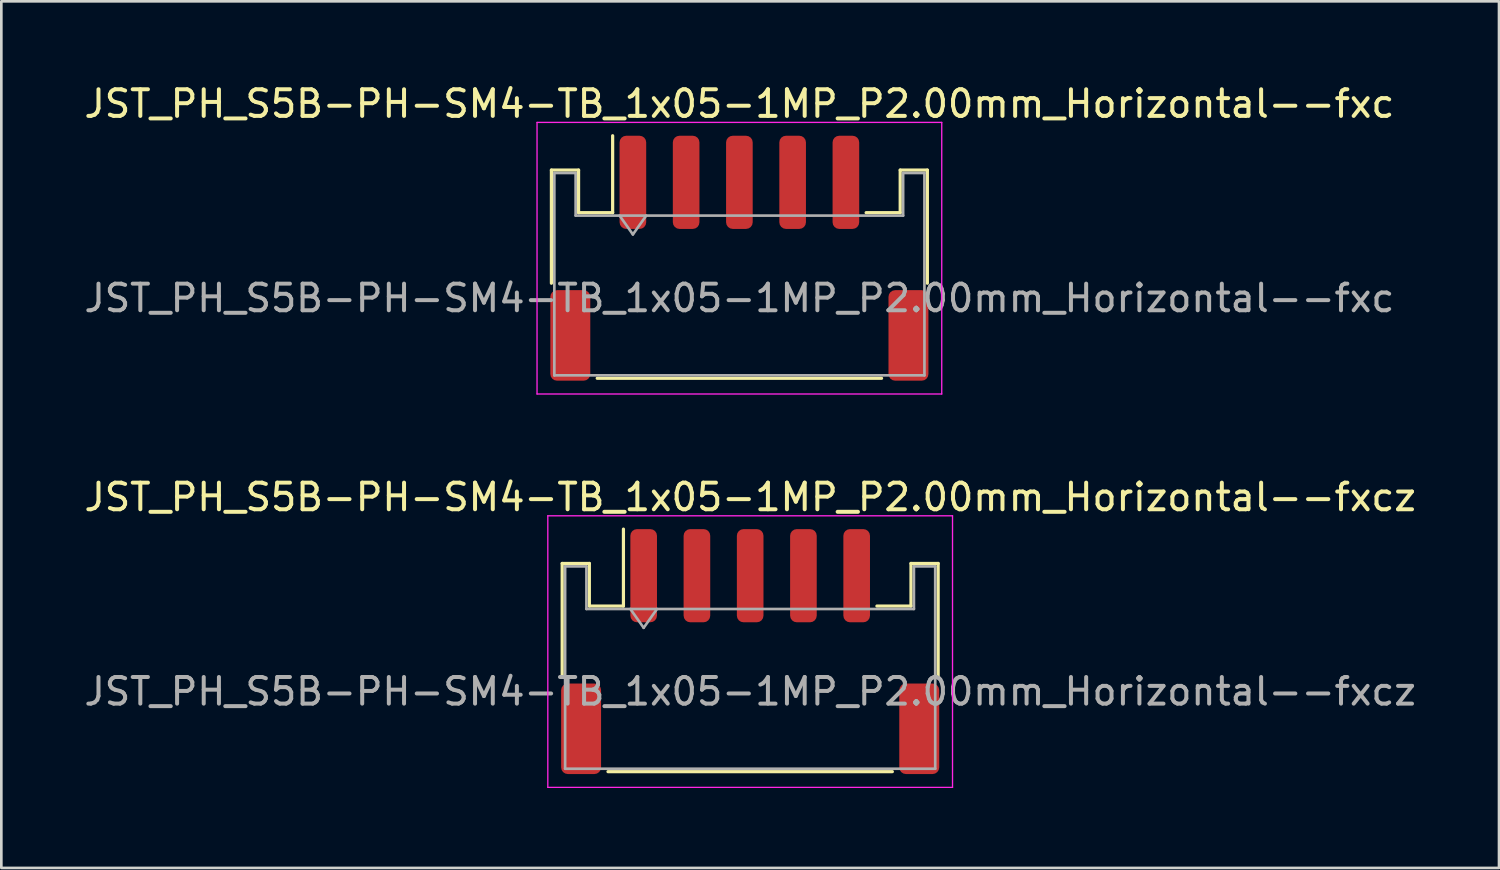
<source format=kicad_pcb>
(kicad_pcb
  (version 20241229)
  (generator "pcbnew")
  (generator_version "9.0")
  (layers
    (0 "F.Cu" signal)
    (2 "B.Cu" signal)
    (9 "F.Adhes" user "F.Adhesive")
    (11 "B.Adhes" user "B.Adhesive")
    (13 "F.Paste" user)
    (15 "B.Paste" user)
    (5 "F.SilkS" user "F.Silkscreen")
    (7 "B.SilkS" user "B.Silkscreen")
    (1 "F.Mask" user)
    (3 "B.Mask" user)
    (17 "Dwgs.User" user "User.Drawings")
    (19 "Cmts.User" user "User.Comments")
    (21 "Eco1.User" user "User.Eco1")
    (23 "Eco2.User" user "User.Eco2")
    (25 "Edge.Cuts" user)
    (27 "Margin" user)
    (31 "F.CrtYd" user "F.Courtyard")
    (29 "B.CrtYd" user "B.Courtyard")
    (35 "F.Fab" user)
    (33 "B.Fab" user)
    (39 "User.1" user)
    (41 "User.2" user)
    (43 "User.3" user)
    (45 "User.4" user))
  (footprint "JST_PH_S5B-PH-SM4-TB_1x05-1MP_P2.00mm_Horizontal--fxc"
    (layer "F.Cu")
    (at 24.72 6.648)
    (property "Reference" "JST_PH_S5B-PH-SM4-TB_1x05-1MP_P2.00mm_Horizontal--fxc" (at 0 -5.8 0) (layer "F.SilkS") (effects (font (size 1 1) (thickness 0.15))))
    (attr smd)
    (fp_line (start -7.06 -3.31) (end -6.04 -3.31) (stroke (width 0.12) (type solid)) (layer "F.SilkS"))
    (fp_line (start -7.06 0.94) (end -7.06 -3.31) (stroke (width 0.12) (type solid)) (layer "F.SilkS"))
    (fp_line (start -6.04 -3.31) (end -6.04 -1.71) (stroke (width 0.12) (type solid)) (layer "F.SilkS"))
    (fp_line (start -6.04 -1.71) (end -4.76 -1.71) (stroke (width 0.12) (type solid)) (layer "F.SilkS"))
    (fp_line (start -5.34 4.51) (end 5.34 4.51) (stroke (width 0.12) (type solid)) (layer "F.SilkS"))
    (fp_line (start -4.76 -1.71) (end -4.76 -4.6) (stroke (width 0.12) (type solid)) (layer "F.SilkS"))
    (fp_line (start 6.04 -3.31) (end 6.04 -1.71) (stroke (width 0.12) (type solid)) (layer "F.SilkS"))
    (fp_line (start 6.04 -1.71) (end 4.76 -1.71) (stroke (width 0.12) (type solid)) (layer "F.SilkS"))
    (fp_line (start 7.06 -3.31) (end 6.04 -3.31) (stroke (width 0.12) (type solid)) (layer "F.SilkS"))
    (fp_line (start 7.06 0.94) (end 7.06 -3.31) (stroke (width 0.12) (type solid)) (layer "F.SilkS"))
    (fp_line (start -7.6 -5.1) (end -7.6 5.1) (stroke (width 0.05) (type solid)) (layer "F.CrtYd"))
    (fp_line (start -7.6 5.1) (end 7.6 5.1) (stroke (width 0.05) (type solid)) (layer "F.CrtYd"))
    (fp_line (start 7.6 -5.1) (end -7.6 -5.1) (stroke (width 0.05) (type solid)) (layer "F.CrtYd"))
    (fp_line (start 7.6 5.1) (end 7.6 -5.1) (stroke (width 0.05) (type solid)) (layer "F.CrtYd"))
    (fp_line (start -6.95 -3.2) (end -6.95 4.4) (stroke (width 0.1) (type solid)) (layer "F.Fab"))
    (fp_line (start -6.95 -3.2) (end -6.15 -3.2) (stroke (width 0.1) (type solid)) (layer "F.Fab"))
    (fp_line (start -6.95 4.4) (end 6.95 4.4) (stroke (width 0.1) (type solid)) (layer "F.Fab"))
    (fp_line (start -6.15 -3.2) (end -6.15 -1.6) (stroke (width 0.1) (type solid)) (layer "F.Fab"))
    (fp_line (start -6.15 -1.6) (end 6.15 -1.6) (stroke (width 0.1) (type solid)) (layer "F.Fab"))
    (fp_line (start -4.5 -1.6) (end -4 -0.893) (stroke (width 0.1) (type solid)) (layer "F.Fab"))
    (fp_line (start -4 -0.893) (end -3.5 -1.6) (stroke (width 0.1) (type solid)) (layer "F.Fab"))
    (fp_line (start 6.15 -3.2) (end 6.95 -3.2) (stroke (width 0.1) (type solid)) (layer "F.Fab"))
    (fp_line (start 6.15 -1.6) (end 6.15 -3.2) (stroke (width 0.1) (type solid)) (layer "F.Fab"))
    (fp_line (start 6.95 -3.2) (end 6.95 4.4) (stroke (width 0.1) (type solid)) (layer "F.Fab"))
    (fp_text user "${REFERENCE}" (at 0 1.5 0) (layer "F.Fab") (effects (font (size 1 1) (thickness 0.15))))
    (pad "1" smd roundrect (at 4 -2.85) (size 1 3.5) (layers "F.Cu" "F.Mask" "F.Paste") (roundrect_rratio 0.25))
    (pad "2" smd roundrect (at -2 -2.85) (size 1 3.5) (layers "F.Cu" "F.Mask" "F.Paste") (roundrect_rratio 0.25))
    (pad "3" smd roundrect (at 0 -2.85) (size 1 3.5) (layers "F.Cu" "F.Mask" "F.Paste") (roundrect_rratio 0.25))
    (pad "4" smd roundrect (at 2 -2.85) (size 1 3.5) (layers "F.Cu" "F.Mask" "F.Paste") (roundrect_rratio 0.25))
    (pad "5" smd roundrect (at -4 -2.85) (size 1 3.5) (layers "F.Cu" "F.Mask" "F.Paste") (roundrect_rratio 0.25))
    (pad "MP" smd roundrect (at -6.35 2.9) (size 1.5 3.4) (layers "F.Cu" "F.Mask" "F.Paste") (roundrect_rratio 0.167))
    (pad "MP" smd roundrect (at 6.35 2.9) (size 1.5 3.4) (layers "F.Cu" "F.Mask" "F.Paste") (roundrect_rratio 0.167)))
  (footprint "JST_PH_S5B-PH-SM4-TB_1x05-1MP_P2.00mm_Horizontal--fxcz"
    (layer "F.Cu")
    (at 25.125 21.422)
    (property "Reference" "JST_PH_S5B-PH-SM4-TB_1x05-1MP_P2.00mm_Horizontal--fxcz" (at 0 -5.8 0) (layer "F.SilkS") (effects (font (size 1 1) (thickness 0.15))))
    (attr smd)
    (fp_line (start -7.06 -3.31) (end -6.04 -3.31) (stroke (width 0.12) (type solid)) (layer "F.SilkS"))
    (fp_line (start -7.06 0.94) (end -7.06 -3.31) (stroke (width 0.12) (type solid)) (layer "F.SilkS"))
    (fp_line (start -6.04 -3.31) (end -6.04 -1.71) (stroke (width 0.12) (type solid)) (layer "F.SilkS"))
    (fp_line (start -6.04 -1.71) (end -4.76 -1.71) (stroke (width 0.12) (type solid)) (layer "F.SilkS"))
    (fp_line (start -5.34 4.51) (end 5.34 4.51) (stroke (width 0.12) (type solid)) (layer "F.SilkS"))
    (fp_line (start -4.76 -1.71) (end -4.76 -4.6) (stroke (width 0.12) (type solid)) (layer "F.SilkS"))
    (fp_line (start 6.04 -3.31) (end 6.04 -1.71) (stroke (width 0.12) (type solid)) (layer "F.SilkS"))
    (fp_line (start 6.04 -1.71) (end 4.76 -1.71) (stroke (width 0.12) (type solid)) (layer "F.SilkS"))
    (fp_line (start 7.06 -3.31) (end 6.04 -3.31) (stroke (width 0.12) (type solid)) (layer "F.SilkS"))
    (fp_line (start 7.06 0.94) (end 7.06 -3.31) (stroke (width 0.12) (type solid)) (layer "F.SilkS"))
    (fp_line (start -7.6 -5.1) (end -7.6 5.1) (stroke (width 0.05) (type solid)) (layer "F.CrtYd"))
    (fp_line (start -7.6 5.1) (end 7.6 5.1) (stroke (width 0.05) (type solid)) (layer "F.CrtYd"))
    (fp_line (start 7.6 -5.1) (end -7.6 -5.1) (stroke (width 0.05) (type solid)) (layer "F.CrtYd"))
    (fp_line (start 7.6 5.1) (end 7.6 -5.1) (stroke (width 0.05) (type solid)) (layer "F.CrtYd"))
    (fp_line (start -6.95 -3.2) (end -6.95 4.4) (stroke (width 0.1) (type solid)) (layer "F.Fab"))
    (fp_line (start -6.95 -3.2) (end -6.15 -3.2) (stroke (width 0.1) (type solid)) (layer "F.Fab"))
    (fp_line (start -6.95 4.4) (end 6.95 4.4) (stroke (width 0.1) (type solid)) (layer "F.Fab"))
    (fp_line (start -6.15 -3.2) (end -6.15 -1.6) (stroke (width 0.1) (type solid)) (layer "F.Fab"))
    (fp_line (start -6.15 -1.6) (end 6.15 -1.6) (stroke (width 0.1) (type solid)) (layer "F.Fab"))
    (fp_line (start -4.5 -1.6) (end -4 -0.893) (stroke (width 0.1) (type solid)) (layer "F.Fab"))
    (fp_line (start -4 -0.893) (end -3.5 -1.6) (stroke (width 0.1) (type solid)) (layer "F.Fab"))
    (fp_line (start 6.15 -3.2) (end 6.95 -3.2) (stroke (width 0.1) (type solid)) (layer "F.Fab"))
    (fp_line (start 6.15 -1.6) (end 6.15 -3.2) (stroke (width 0.1) (type solid)) (layer "F.Fab"))
    (fp_line (start 6.95 -3.2) (end 6.95 4.4) (stroke (width 0.1) (type solid)) (layer "F.Fab"))
    (fp_text user "${REFERENCE}" (at 0 1.5 0) (layer "F.Fab") (effects (font (size 1 1) (thickness 0.15))))
    (pad "1" smd roundrect (at 4 -2.85) (size 1 3.5) (layers "F.Cu" "F.Mask" "F.Paste") (roundrect_rratio 0.25))
    (pad "2" smd roundrect (at -2 -2.85) (size 1 3.5) (layers "F.Cu" "F.Mask" "F.Paste") (roundrect_rratio 0.25))
    (pad "3" smd roundrect (at 0 -2.85) (size 1 3.5) (layers "F.Cu" "F.Mask" "F.Paste") (roundrect_rratio 0.25))
    (pad "4" smd roundrect (at -4 -2.85) (size 1 3.5) (layers "F.Cu" "F.Mask" "F.Paste") (roundrect_rratio 0.25))
    (pad "5" smd roundrect (at 2 -2.85) (size 1 3.5) (layers "F.Cu" "F.Mask" "F.Paste") (roundrect_rratio 0.25))
    (pad "MP" smd roundrect (at -6.35 2.9) (size 1.5 3.4) (layers "F.Cu" "F.Mask" "F.Paste") (roundrect_rratio 0.167))
    (pad "MP" smd roundrect (at 6.35 2.9) (size 1.5 3.4) (layers "F.Cu" "F.Mask" "F.Paste") (roundrect_rratio 0.167)))
  (gr_rect
    (start -3 -3)
    (end 53.25 29.547)
    (stroke (width 0.1) (type default))
    (fill no)
    (layer "Edge.Cuts")))
</source>
